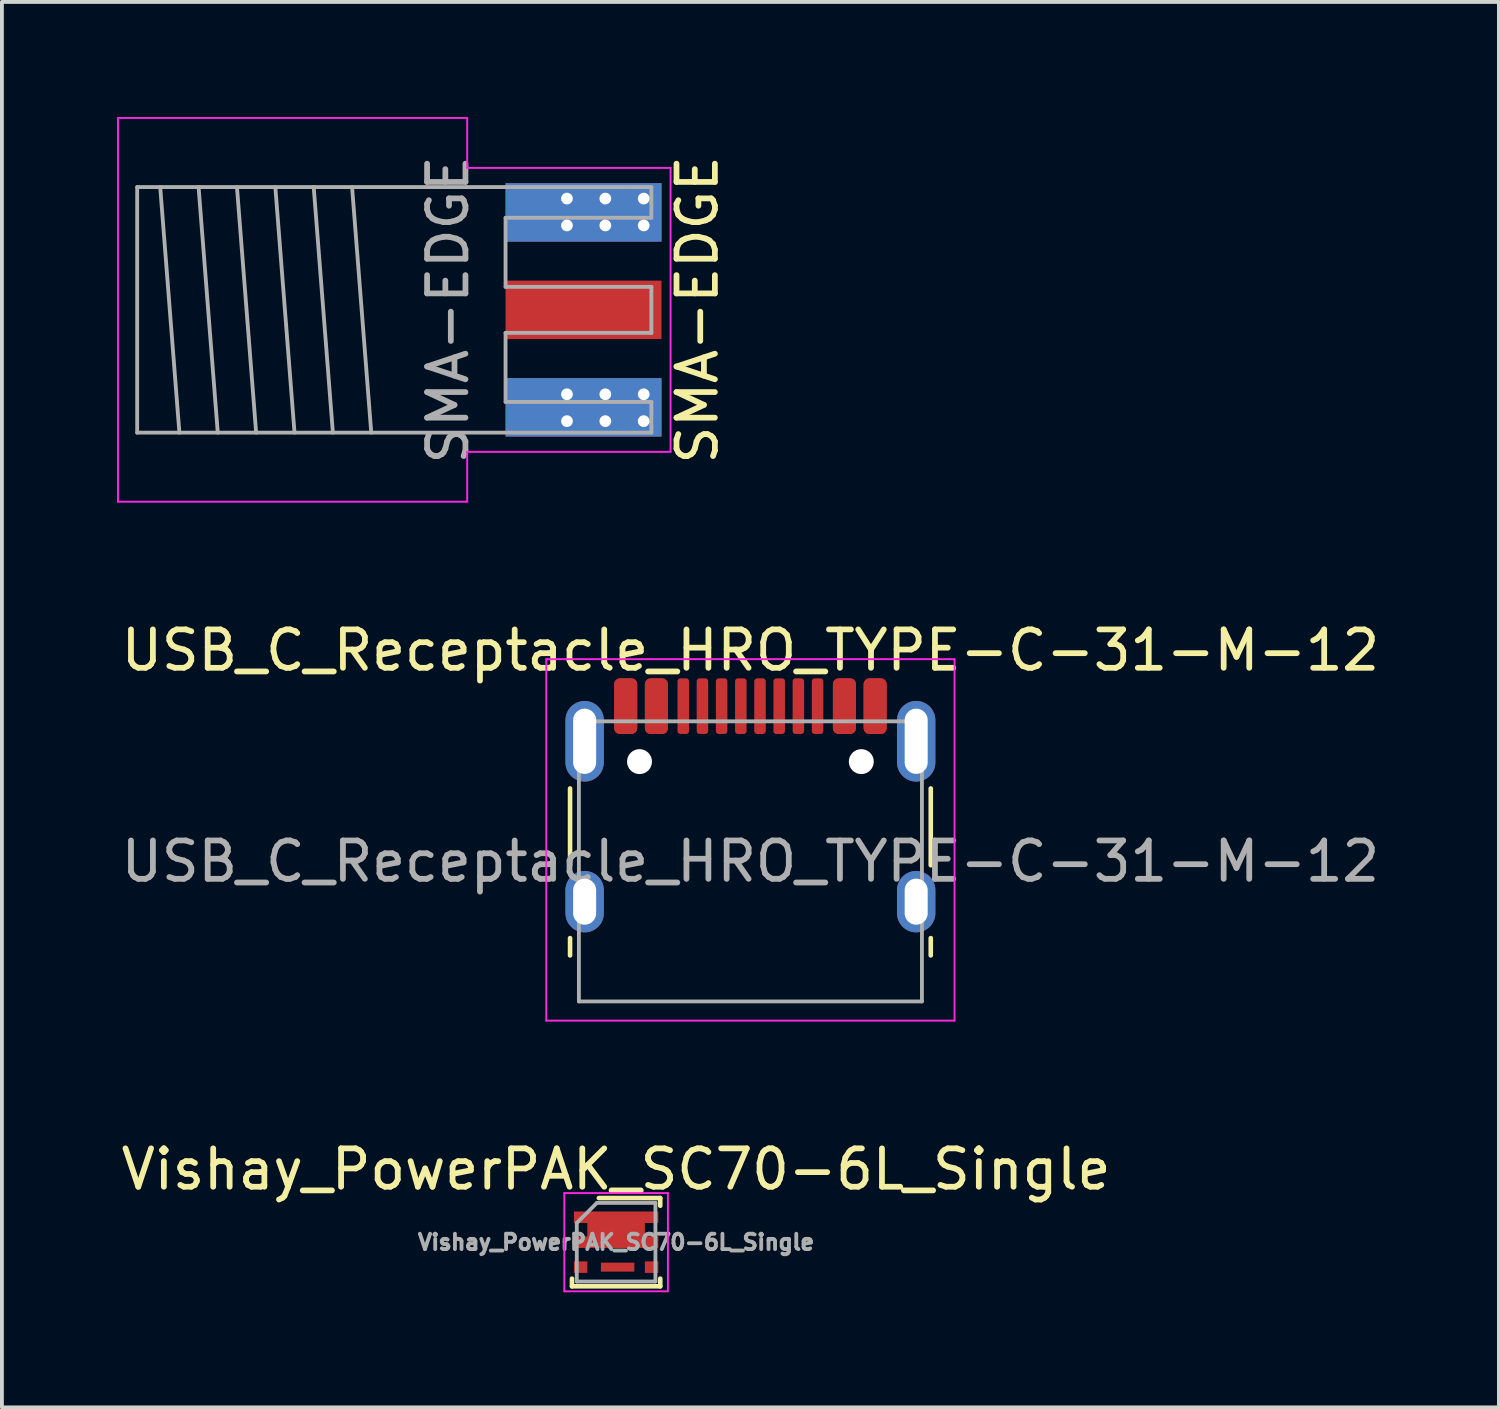
<source format=kicad_pcb>
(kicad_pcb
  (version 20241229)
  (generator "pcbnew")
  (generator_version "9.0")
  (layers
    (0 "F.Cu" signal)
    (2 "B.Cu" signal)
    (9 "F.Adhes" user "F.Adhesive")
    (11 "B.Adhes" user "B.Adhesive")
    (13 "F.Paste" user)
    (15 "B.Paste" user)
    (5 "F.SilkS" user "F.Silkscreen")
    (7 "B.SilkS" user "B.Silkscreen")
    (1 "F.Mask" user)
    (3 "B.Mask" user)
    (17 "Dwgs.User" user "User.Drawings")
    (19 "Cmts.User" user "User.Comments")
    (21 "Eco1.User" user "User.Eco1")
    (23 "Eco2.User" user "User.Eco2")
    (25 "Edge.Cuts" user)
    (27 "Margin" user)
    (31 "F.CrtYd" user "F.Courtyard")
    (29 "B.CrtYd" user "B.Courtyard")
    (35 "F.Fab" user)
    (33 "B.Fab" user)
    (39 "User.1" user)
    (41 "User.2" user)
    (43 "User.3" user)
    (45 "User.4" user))
  (footprint "USB_C_Receptacle_HRO_TYPE-C-31-M-12"
    (layer "F.Cu")
    (at 16.506 19.398)
    (property "Reference" "USB_C_Receptacle_HRO_TYPE-C-31-M-12" (at 0 -5.5 180) (layer "F.SilkS") (effects (font (size 1 1) (thickness 0.15))))
    (attr smd)
    (fp_line (start -4.7 -1.9) (end -4.7 0.1) (stroke (width 0.12) (type solid)) (layer "F.SilkS"))
    (fp_line (start -4.7 2) (end -4.7 2.45) (stroke (width 0.12) (type solid)) (layer "F.SilkS"))
    (fp_line (start 4.7 -1.9) (end 4.7 0.1) (stroke (width 0.12) (type solid)) (layer "F.SilkS"))
    (fp_line (start 4.7 2) (end 4.7 2.45) (stroke (width 0.12) (type solid)) (layer "F.SilkS"))
    (fp_line (start -5.32 -5.27) (end -5.32 4.15) (stroke (width 0.05) (type solid)) (layer "F.CrtYd"))
    (fp_line (start -5.32 -5.27) (end 5.32 -5.27) (stroke (width 0.05) (type solid)) (layer "F.CrtYd"))
    (fp_line (start -5.32 4.15) (end 5.32 4.15) (stroke (width 0.05) (type solid)) (layer "F.CrtYd"))
    (fp_line (start 5.32 -5.27) (end 5.32 4.15) (stroke (width 0.05) (type solid)) (layer "F.CrtYd"))
    (fp_line (start -4.47 -3.65) (end -4.47 3.65) (stroke (width 0.1) (type solid)) (layer "F.Fab"))
    (fp_line (start -4.47 -3.65) (end 4.47 -3.65) (stroke (width 0.1) (type solid)) (layer "F.Fab"))
    (fp_line (start -4.47 3.65) (end 4.47 3.65) (stroke (width 0.1) (type solid)) (layer "F.Fab"))
    (fp_line (start 4.47 -3.65) (end 4.47 3.65) (stroke (width 0.1) (type solid)) (layer "F.Fab"))
    (fp_text user "${REFERENCE}" (at 0 0 0) (layer "F.Fab") (effects (font (size 1 1) (thickness 0.15))))
    (pad "" np_thru_hole circle (at -2.89 -2.6) (size 0.65 0.65) (drill 0.65) (layers "*.Cu" "*.Mask"))
    (pad "" np_thru_hole circle (at 2.89 -2.6) (size 0.65 0.65) (drill 0.65) (layers "*.Cu" "*.Mask"))
    (pad "A1" smd roundrect (at -3.25 -4.045) (size 0.6 1.45) (layers "F.Cu" "F.Mask" "F.Paste") (roundrect_rratio 0.25))
    (pad "A4" smd roundrect (at -2.45 -4.045) (size 0.6 1.45) (layers "F.Cu" "F.Mask" "F.Paste") (roundrect_rratio 0.25))
    (pad "A5" smd roundrect (at -1.25 -4.045) (size 0.3 1.45) (layers "F.Cu" "F.Mask" "F.Paste") (roundrect_rratio 0.25))
    (pad "A6" smd roundrect (at -0.25 -4.045) (size 0.3 1.45) (layers "F.Cu" "F.Mask" "F.Paste") (roundrect_rratio 0.25))
    (pad "A7" smd roundrect (at 0.25 -4.045) (size 0.3 1.45) (layers "F.Cu" "F.Mask" "F.Paste") (roundrect_rratio 0.25))
    (pad "A8" smd roundrect (at 1.25 -4.045) (size 0.3 1.45) (layers "F.Cu" "F.Mask" "F.Paste") (roundrect_rratio 0.25))
    (pad "A9" smd roundrect (at 2.45 -4.045) (size 0.6 1.45) (layers "F.Cu" "F.Mask" "F.Paste") (roundrect_rratio 0.25))
    (pad "A12" smd roundrect (at 3.25 -4.045) (size 0.6 1.45) (layers "F.Cu" "F.Mask" "F.Paste") (roundrect_rratio 0.25))
    (pad "B1" smd roundrect (at 3.25 -4.045) (size 0.6 1.45) (layers "F.Cu" "F.Mask" "F.Paste") (roundrect_rratio 0.25))
    (pad "B4" smd roundrect (at 2.45 -4.045) (size 0.6 1.45) (layers "F.Cu" "F.Mask" "F.Paste") (roundrect_rratio 0.25))
    (pad "B5" smd roundrect (at 1.75 -4.045) (size 0.3 1.45) (layers "F.Cu" "F.Mask" "F.Paste") (roundrect_rratio 0.25))
    (pad "B6" smd roundrect (at 0.75 -4.045) (size 0.3 1.45) (layers "F.Cu" "F.Mask" "F.Paste") (roundrect_rratio 0.25))
    (pad "B7" smd roundrect (at -0.75 -4.045) (size 0.3 1.45) (layers "F.Cu" "F.Mask" "F.Paste") (roundrect_rratio 0.25))
    (pad "B8" smd roundrect (at -1.75 -4.045) (size 0.3 1.45) (layers "F.Cu" "F.Mask" "F.Paste") (roundrect_rratio 0.25))
    (pad "B9" smd roundrect (at -2.45 -4.045) (size 0.6 1.45) (layers "F.Cu" "F.Mask" "F.Paste") (roundrect_rratio 0.25))
    (pad "B12" smd roundrect (at -3.25 -4.045) (size 0.6 1.45) (layers "F.Cu" "F.Mask" "F.Paste") (roundrect_rratio 0.25))
    (pad "S1" thru_hole oval (at -4.32 -3.13) (size 1 2.1) (drill oval 0.6 1.7) (layers "*.Cu" "*.Mask" "F.Paste"))
    (pad "S1" thru_hole oval (at -4.32 1.05) (size 1 1.6) (drill oval 0.6 1.2) (layers "*.Cu" "*.Mask" "F.Paste"))
    (pad "S1" thru_hole oval (at 4.32 -3.13) (size 1 2.1) (drill oval 0.6 1.7) (layers "*.Cu" "*.Mask" "F.Paste"))
    (pad "S1" thru_hole oval (at 4.32 1.05) (size 1 1.6) (drill oval 0.6 1.2) (layers "*.Cu" "*.Mask" "F.Paste")))
  (footprint "Vishay_PowerPAK_SC70-6L_Single"
    (layer "F.Cu")
    (at 13.006 29.322)
    (property "Reference" "Vishay_PowerPAK_SC70-6L_Single" (at 0 -1.9 0) (layer "F.SilkS") (effects (font (size 1 1) (thickness 0.15))))
    (attr smd)
    (fp_line (start -1.15 1.15) (end -1.15 0.95) (stroke (width 0.12) (type solid)) (layer "F.SilkS"))
    (fp_line (start -0.45 -1.15) (end 1.15 -1.15) (stroke (width 0.12) (type solid)) (layer "F.SilkS"))
    (fp_line (start 1.15 -1.15) (end 1.15 -0.95) (stroke (width 0.12) (type solid)) (layer "F.SilkS"))
    (fp_line (start 1.15 1.15) (end -1.15 1.15) (stroke (width 0.12) (type solid)) (layer "F.SilkS"))
    (fp_line (start 1.15 1.15) (end 1.15 0.95) (stroke (width 0.12) (type solid)) (layer "F.SilkS"))
    (fp_line (start -1.35 -1.28) (end 1.35 -1.28) (stroke (width 0.05) (type solid)) (layer "F.CrtYd"))
    (fp_line (start -1.35 1.28) (end -1.35 -1.28) (stroke (width 0.05) (type solid)) (layer "F.CrtYd"))
    (fp_line (start 1.35 -1.28) (end 1.35 1.28) (stroke (width 0.05) (type solid)) (layer "F.CrtYd"))
    (fp_line (start 1.35 1.28) (end -1.35 1.28) (stroke (width 0.05) (type solid)) (layer "F.CrtYd"))
    (fp_line (start -1.025 -0.5) (end -0.5 -1.025) (stroke (width 0.1) (type solid)) (layer "F.Fab"))
    (fp_line (start -1.025 1.025) (end -1.025 -0.5) (stroke (width 0.1) (type solid)) (layer "F.Fab"))
    (fp_line (start -0.5 -1.025) (end 1.025 -1.025) (stroke (width 0.1) (type solid)) (layer "F.Fab"))
    (fp_line (start 1.025 -1.025) (end 1.025 1.025) (stroke (width 0.1) (type solid)) (layer "F.Fab"))
    (fp_line (start 1.025 1.025) (end -1.025 1.025) (stroke (width 0.1) (type solid)) (layer "F.Fab"))
    (fp_text user "${REFERENCE}" (at 0 0 0) (layer "F.Fab") (effects (font (size 0.4 0.4) (thickness 0.1))))
    (pad "" smd rect (at -0.35 -0.325) (size 0.6 0.8) (layers "F.Paste"))
    (pad "" smd rect (at 0.35 -0.325) (size 0.6 0.8) (layers "F.Paste"))
    (pad "1" smd custom (at 0 -0.325) (size 1.5 0.95) (layers "F.Cu" "F.Mask") (options (anchor rect)) (primitives (gr_poly (pts (xy 1.1 -0.175) (xy -1.1 -0.175) (xy -1.1 -0.475) (xy 1.1 -0.475)) (width 0) (fill yes)) (gr_poly (pts (xy 1.1 0.475) (xy -1.1 0.475) (xy -1.1 0.175) (xy 1.1 0.175)) (width 0) (fill yes))))
    (pad "3" smd rect (at -0.925 0.65) (size 0.35 0.3) (layers "F.Cu" "F.Mask" "F.Paste"))
    (pad "4" smd rect (at 0.04 0.65) (size 0.87 0.235) (layers "F.Cu" "F.Mask" "F.Paste"))
    (pad "4" smd rect (at 0.925 0.65) (size 0.35 0.3) (layers "F.Cu" "F.Mask" "F.Paste")))
  (footprint "SMA-EDGE"
    (layer "F.Cu")
    (at 10.125 5.025)
    (property "Reference" "SMA-EDGE" (at 5 0 90) (layer "F.SilkS") (effects (font (size 1 1) (thickness 0.15))))
    (attr through_hole)
    (fp_line (start -10.1 -5) (end -10.1 5) (stroke (width 0.05) (type solid)) (layer "F.CrtYd"))
    (fp_line (start -10.1 -5) (end -1 -5) (stroke (width 0.05) (type solid)) (layer "F.CrtYd"))
    (fp_line (start -10.1 5) (end -1 5) (stroke (width 0.05) (type solid)) (layer "F.CrtYd"))
    (fp_line (start -1 -5) (end -1 -3.7) (stroke (width 0.05) (type solid)) (layer "F.CrtYd"))
    (fp_line (start -1 3.7) (end 4.3 3.7) (stroke (width 0.05) (type solid)) (layer "F.CrtYd"))
    (fp_line (start -1 5) (end -1 3.7) (stroke (width 0.05) (type solid)) (layer "F.CrtYd"))
    (fp_line (start 4.3 -3.7) (end -1 -3.7) (stroke (width 0.05) (type solid)) (layer "F.CrtYd"))
    (fp_line (start 4.3 3.7) (end 4.3 -3.7) (stroke (width 0.05) (type solid)) (layer "F.CrtYd"))
    (fp_line (start -9.6 -3.2) (end 3.8 -3.2) (stroke (width 0.1) (type solid)) (layer "F.Fab"))
    (fp_line (start -9.6 3.2) (end -9.6 -3.2) (stroke (width 0.1) (type solid)) (layer "F.Fab"))
    (fp_line (start -9.6 3.2) (end 3.8 3.2) (stroke (width 0.1) (type solid)) (layer "F.Fab"))
    (fp_line (start -9 -3.2) (end -8.5 3.2) (stroke (width 0.1) (type solid)) (layer "F.Fab"))
    (fp_line (start -8 -3.2) (end -7.5 3.2) (stroke (width 0.1) (type solid)) (layer "F.Fab"))
    (fp_line (start -7 -3.2) (end -6.5 3.2) (stroke (width 0.1) (type solid)) (layer "F.Fab"))
    (fp_line (start -6 -3.2) (end -5.5 3.2) (stroke (width 0.1) (type solid)) (layer "F.Fab"))
    (fp_line (start -5 -3.2) (end -4.5 3.2) (stroke (width 0.1) (type solid)) (layer "F.Fab"))
    (fp_line (start -4 -3.2) (end -3.5 3.2) (stroke (width 0.1) (type solid)) (layer "F.Fab"))
    (fp_line (start 0 -2.4) (end 3.8 -2.4) (stroke (width 0.1) (type solid)) (layer "F.Fab"))
    (fp_line (start 0 -0.6) (end 0 -2.4) (stroke (width 0.1) (type solid)) (layer "F.Fab"))
    (fp_line (start 0 0.6) (end 3.8 0.6) (stroke (width 0.1) (type solid)) (layer "F.Fab"))
    (fp_line (start 0 2.4) (end 0 0.6) (stroke (width 0.1) (type solid)) (layer "F.Fab"))
    (fp_line (start 3.8 -2.4) (end 3.8 -3.2) (stroke (width 0.1) (type solid)) (layer "F.Fab"))
    (fp_line (start 3.8 -0.6) (end 0 -0.6) (stroke (width 0.1) (type solid)) (layer "F.Fab"))
    (fp_line (start 3.8 0.6) (end 3.8 -0.6) (stroke (width 0.1) (type solid)) (layer "F.Fab"))
    (fp_line (start 3.8 2.4) (end 0 2.4) (stroke (width 0.1) (type solid)) (layer "F.Fab"))
    (fp_line (start 3.8 3.2) (end 3.8 2.4) (stroke (width 0.1) (type solid)) (layer "F.Fab"))
    (fp_text user "${REFERENCE}" (at -1.5 0 90) (layer "F.Fab") (effects (font (size 1 1) (thickness 0.15))))
    (pad "1" smd rect (at 2.032 0) (size 4.064 1.524) (layers "F.Cu" "F.Mask"))
    (pad "2" thru_hole circle (at 1.6 -2.9) (size 0.762 0.762) (drill 0.305) (layers "*.Cu" "*.Mask"))
    (pad "2" thru_hole circle (at 1.6 -2.2) (size 0.762 0.762) (drill 0.305) (layers "*.Cu" "*.Mask"))
    (pad "2" thru_hole circle (at 1.6 2.2) (size 0.762 0.762) (drill 0.305) (layers "*.Cu" "*.Mask"))
    (pad "2" thru_hole circle (at 1.6 2.9) (size 0.762 0.762) (drill 0.305) (layers "*.Cu" "*.Mask"))
    (pad "2" smd rect (at 2.032 -2.54) (size 4.064 1.524) (layers "F.Cu" "F.Mask"))
    (pad "2" smd rect (at 2.032 -2.54) (size 4.064 1.524) (layers "B.Cu" "B.Mask"))
    (pad "2" smd rect (at 2.032 2.54) (size 4.064 1.524) (layers "F.Cu" "F.Mask"))
    (pad "2" smd rect (at 2.032 2.54) (size 4.064 1.524) (layers "B.Cu" "B.Mask"))
    (pad "2" thru_hole circle (at 2.6 -2.9) (size 0.762 0.762) (drill 0.305) (layers "*.Cu" "*.Mask"))
    (pad "2" thru_hole circle (at 2.6 -2.2) (size 0.762 0.762) (drill 0.305) (layers "*.Cu" "*.Mask"))
    (pad "2" thru_hole circle (at 2.6 2.2) (size 0.762 0.762) (drill 0.305) (layers "*.Cu" "*.Mask"))
    (pad "2" thru_hole circle (at 2.6 2.9) (size 0.762 0.762) (drill 0.305) (layers "*.Cu" "*.Mask"))
    (pad "2" thru_hole circle (at 3.6 -2.9) (size 0.762 0.762) (drill 0.305) (layers "*.Cu" "*.Mask"))
    (pad "2" thru_hole circle (at 3.6 -2.2) (size 0.762 0.762) (drill 0.305) (layers "*.Cu" "*.Mask"))
    (pad "2" thru_hole circle (at 3.6 2.2) (size 0.762 0.762) (drill 0.305) (layers "*.Cu" "*.Mask"))
    (pad "2" thru_hole circle (at 3.6 2.9) (size 0.762 0.762) (drill 0.305) (layers "*.Cu" "*.Mask")))
  (gr_rect
    (start -3 -3)
    (end 36.012 33.627)
    (stroke (width 0.1) (type default))
    (fill no)
    (layer "Edge.Cuts")))
</source>
